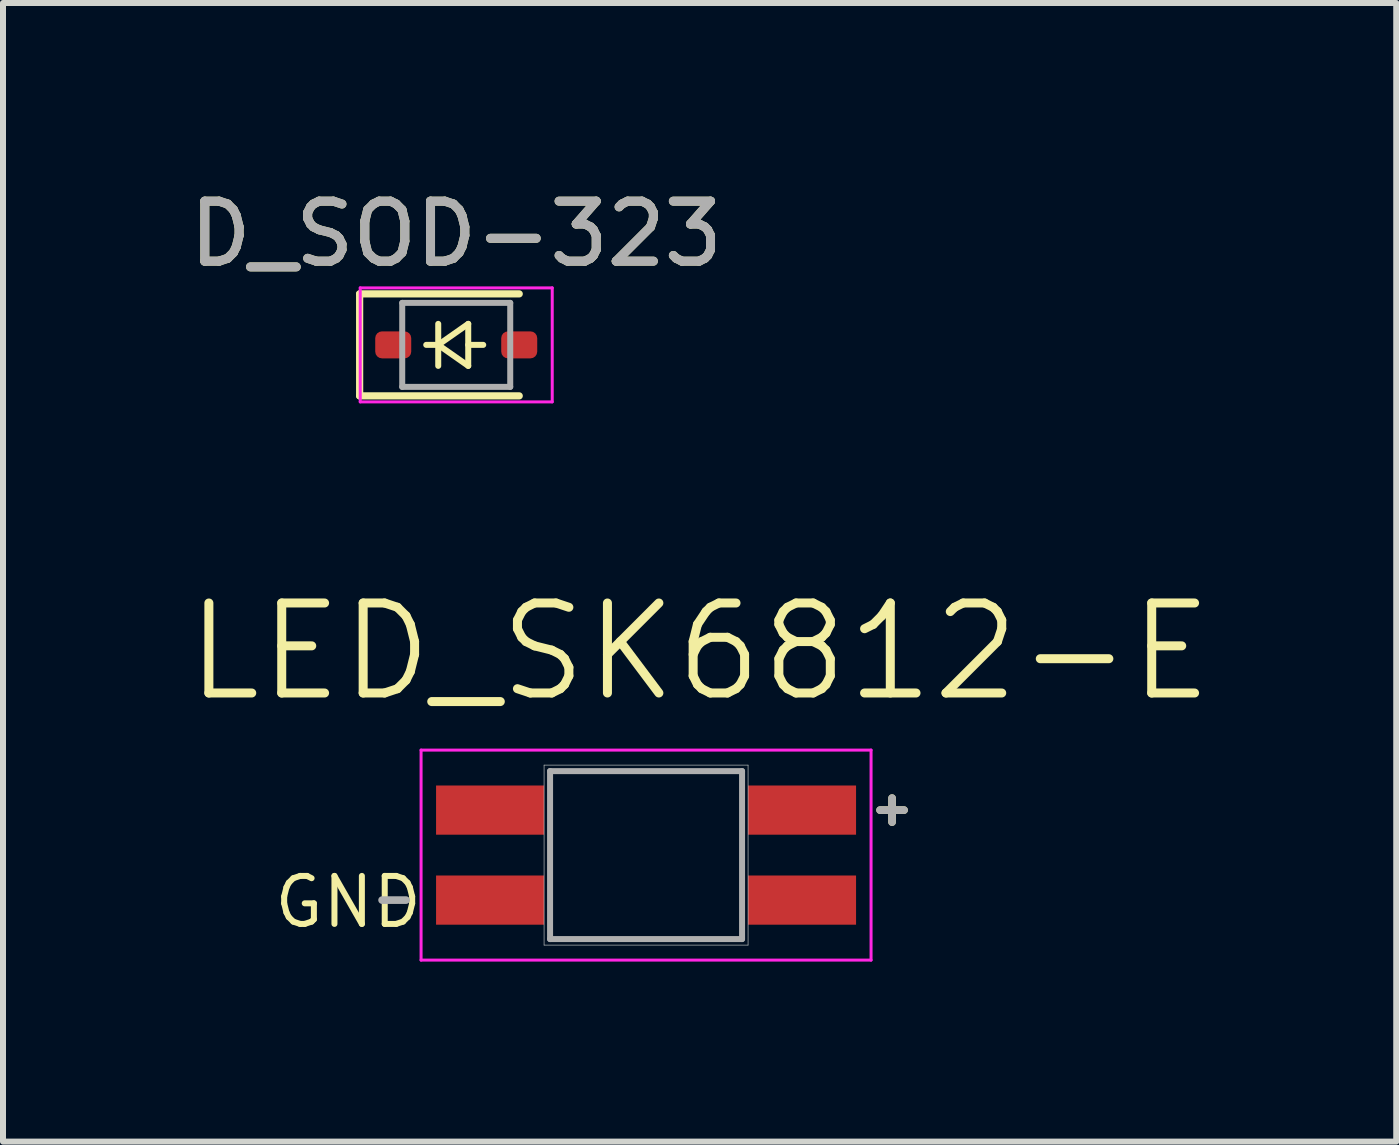
<source format=kicad_pcb>
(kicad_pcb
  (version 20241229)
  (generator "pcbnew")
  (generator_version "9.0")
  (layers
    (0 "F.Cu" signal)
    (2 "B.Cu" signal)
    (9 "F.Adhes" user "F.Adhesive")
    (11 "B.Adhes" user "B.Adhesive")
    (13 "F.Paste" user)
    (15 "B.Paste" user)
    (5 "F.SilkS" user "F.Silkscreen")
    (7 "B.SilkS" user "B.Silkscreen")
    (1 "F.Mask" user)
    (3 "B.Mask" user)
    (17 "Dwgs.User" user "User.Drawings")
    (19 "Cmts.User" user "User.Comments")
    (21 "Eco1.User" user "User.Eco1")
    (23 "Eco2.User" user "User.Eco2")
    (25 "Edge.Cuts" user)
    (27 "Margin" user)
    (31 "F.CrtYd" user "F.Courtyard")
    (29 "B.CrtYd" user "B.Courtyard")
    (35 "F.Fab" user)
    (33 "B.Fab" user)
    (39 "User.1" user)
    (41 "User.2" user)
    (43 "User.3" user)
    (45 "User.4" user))
  (footprint "D_SOD-323"
    (layer "F.Cu")
    (at 4.554 2.698)
    (property "Reference" "D_SOD-323" (at 0 -1.85 0) (layer "F.SilkS") (effects (font (size 1 1) (thickness 0.15))))
    (attr smd)
    (fp_line (start -1.61 -0.85) (end -1.61 0.85) (stroke (width 0.12) (type solid)) (layer "F.SilkS"))
    (fp_line (start -1.61 -0.85) (end 1.05 -0.85) (stroke (width 0.12) (type solid)) (layer "F.SilkS"))
    (fp_line (start -1.61 0.85) (end 1.05 0.85) (stroke (width 0.12) (type solid)) (layer "F.SilkS"))
    (fp_line (start -0.3 -0.35) (end -0.3 0.35) (stroke (width 0.1) (type solid)) (layer "F.SilkS"))
    (fp_line (start -0.3 0) (end -0.5 0) (stroke (width 0.1) (type solid)) (layer "F.SilkS"))
    (fp_line (start -0.3 0) (end 0.2 -0.35) (stroke (width 0.1) (type solid)) (layer "F.SilkS"))
    (fp_line (start 0.2 -0.35) (end 0.2 0.35) (stroke (width 0.1) (type solid)) (layer "F.SilkS"))
    (fp_line (start 0.2 0) (end 0.45 0) (stroke (width 0.1) (type solid)) (layer "F.SilkS"))
    (fp_line (start 0.2 0.35) (end -0.3 0) (stroke (width 0.1) (type solid)) (layer "F.SilkS"))
    (fp_line (start -1.6 -0.95) (end -1.6 0.95) (stroke (width 0.05) (type solid)) (layer "F.CrtYd"))
    (fp_line (start -1.6 -0.95) (end 1.6 -0.95) (stroke (width 0.05) (type solid)) (layer "F.CrtYd"))
    (fp_line (start -1.6 0.95) (end 1.6 0.95) (stroke (width 0.05) (type solid)) (layer "F.CrtYd"))
    (fp_line (start 1.6 -0.95) (end 1.6 0.95) (stroke (width 0.05) (type solid)) (layer "F.CrtYd"))
    (fp_line (start -0.9 -0.7) (end 0.9 -0.7) (stroke (width 0.1) (type solid)) (layer "F.Fab"))
    (fp_line (start -0.9 0.7) (end -0.9 -0.7) (stroke (width 0.1) (type solid)) (layer "F.Fab"))
    (fp_line (start 0.9 -0.7) (end 0.9 0.7) (stroke (width 0.1) (type solid)) (layer "F.Fab"))
    (fp_line (start 0.9 0.7) (end -0.9 0.7) (stroke (width 0.1) (type solid)) (layer "F.Fab"))
    (fp_text user "${REFERENCE}" (at 0 -1.85 0) (layer "F.Fab") (effects (font (size 1 1) (thickness 0.15))))
    (pad "1" smd roundrect (at -1.05 0) (size 0.6 0.45) (layers "F.Cu" "F.Mask" "F.Paste") (roundrect_rratio 0.25))
    (pad "2" smd roundrect (at 1.05 0) (size 0.6 0.45) (layers "F.Cu" "F.Mask" "F.Paste") (roundrect_rratio 0.25)))
  (footprint "LED_SK6812-E"
    (layer "F.Cu")
    (at 7.718 11.202)
    (property "Reference" "LED_SK6812-E" (at 0.892 -3.388 0) (layer "F.SilkS") (effects (font (size 1.5 1.5) (thickness 0.15))))
    (attr smd)
    (fp_line (start 3.9 -0.75) (end 4.3 -0.75) (stroke (width 0.127) (type solid)) (layer "F.SilkS"))
    (fp_line (start 4.1 -0.95) (end 4.1 -0.55) (stroke (width 0.127) (type solid)) (layer "F.SilkS"))
    (fp_line (start -1.7 -1.5) (end 1.7 -1.5) (stroke (width 0.01) (type solid)) (layer "Edge.Cuts"))
    (fp_line (start -1.7 1.5) (end -1.7 -1.5) (stroke (width 0.01) (type solid)) (layer "Edge.Cuts"))
    (fp_line (start 1.7 -1.5) (end 1.7 1.5) (stroke (width 0.01) (type solid)) (layer "Edge.Cuts"))
    (fp_line (start 1.7 1.5) (end -1.7 1.5) (stroke (width 0.01) (type solid)) (layer "Edge.Cuts"))
    (fp_line (start -3.75 -1.75) (end -3.75 1.75) (stroke (width 0.05) (type solid)) (layer "F.CrtYd"))
    (fp_line (start -3.75 1.75) (end 3.75 1.75) (stroke (width 0.05) (type solid)) (layer "F.CrtYd"))
    (fp_line (start 3.75 -1.75) (end -3.75 -1.75) (stroke (width 0.05) (type solid)) (layer "F.CrtYd"))
    (fp_line (start 3.75 1.75) (end 3.75 -1.75) (stroke (width 0.05) (type solid)) (layer "F.CrtYd"))
    (fp_line (start -4 0.75) (end -4.4 0.75) (stroke (width 0.127) (type solid)) (layer "F.Fab"))
    (fp_line (start -1.6 -1.4) (end -1.6 1.4) (stroke (width 0.1) (type solid)) (layer "F.Fab"))
    (fp_line (start -1.6 1.4) (end 1.6 1.4) (stroke (width 0.1) (type solid)) (layer "F.Fab"))
    (fp_line (start 1.6 -1.4) (end -1.6 -1.4) (stroke (width 0.1) (type solid)) (layer "F.Fab"))
    (fp_line (start 1.6 1.4) (end 1.6 -1.4) (stroke (width 0.1) (type solid)) (layer "F.Fab"))
    (fp_line (start 3.9 -0.75) (end 4.3 -0.75) (stroke (width 0.127) (type solid)) (layer "F.Fab"))
    (fp_line (start 4.1 -0.95) (end 4.1 -0.55) (stroke (width 0.127) (type solid)) (layer "F.Fab"))
    (fp_text user "GND" (at -6.25 1.25 0) (unlocked yes) (layer "F.SilkS") (effects (font (size 0.8 0.8) (thickness 0.1)) (justify left bottom)))
    (pad "1" smd rect (at 2.6 -0.75) (size 1.8 0.82) (layers "F.Cu" "F.Mask" "F.Paste"))
    (pad "2" smd rect (at 2.6 0.75) (size 1.8 0.82) (layers "F.Cu" "F.Mask" "F.Paste"))
    (pad "3" smd rect (at -2.6 0.75) (size 1.8 0.82) (layers "F.Cu" "F.Mask" "F.Paste"))
    (pad "4" smd rect (at -2.6 -0.75) (size 1.8 0.82) (layers "F.Cu" "F.Mask" "F.Paste")))
  (gr_rect
    (start -3 -3)
    (end 20.221 15.977)
    (stroke (width 0.1) (type default))
    (fill no)
    (layer "Edge.Cuts")))
</source>
